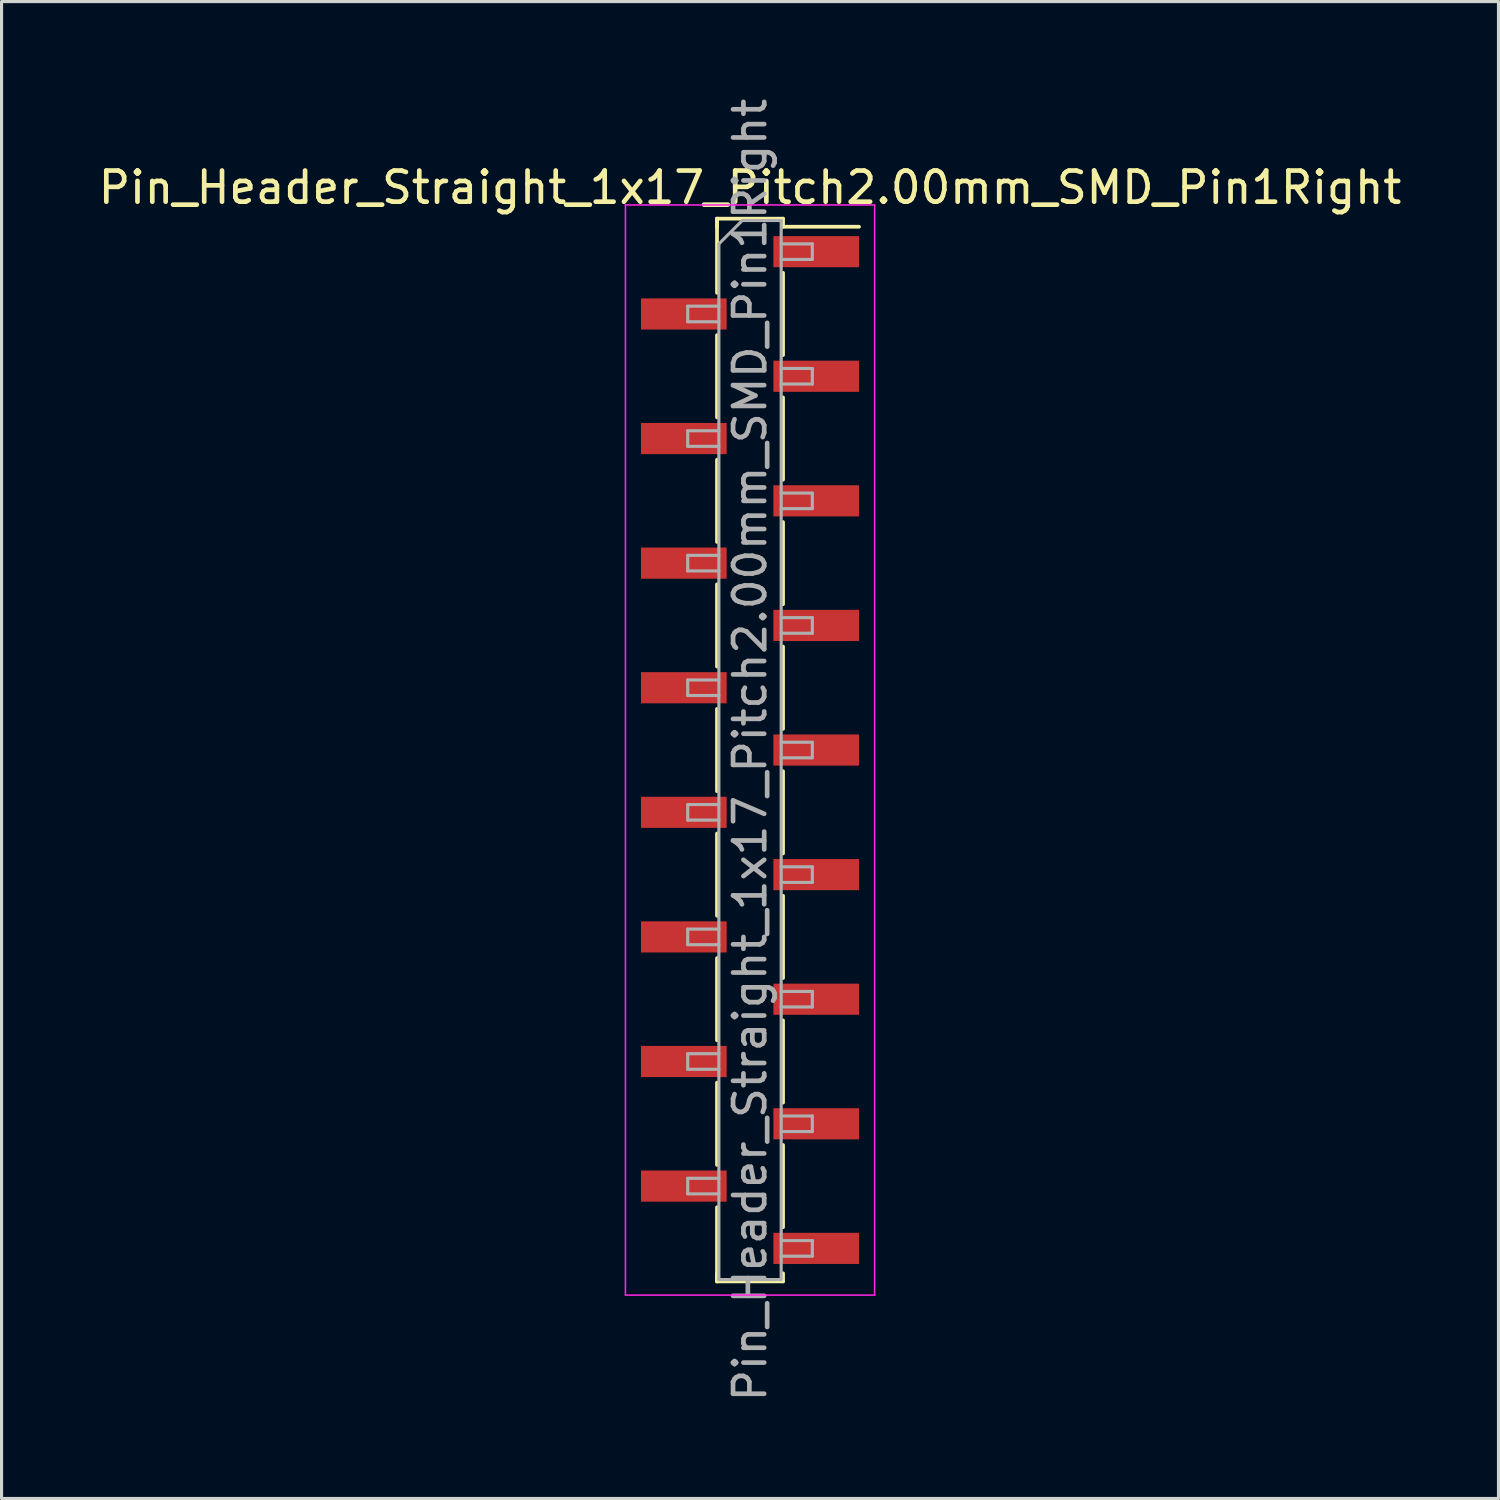
<source format=kicad_pcb>
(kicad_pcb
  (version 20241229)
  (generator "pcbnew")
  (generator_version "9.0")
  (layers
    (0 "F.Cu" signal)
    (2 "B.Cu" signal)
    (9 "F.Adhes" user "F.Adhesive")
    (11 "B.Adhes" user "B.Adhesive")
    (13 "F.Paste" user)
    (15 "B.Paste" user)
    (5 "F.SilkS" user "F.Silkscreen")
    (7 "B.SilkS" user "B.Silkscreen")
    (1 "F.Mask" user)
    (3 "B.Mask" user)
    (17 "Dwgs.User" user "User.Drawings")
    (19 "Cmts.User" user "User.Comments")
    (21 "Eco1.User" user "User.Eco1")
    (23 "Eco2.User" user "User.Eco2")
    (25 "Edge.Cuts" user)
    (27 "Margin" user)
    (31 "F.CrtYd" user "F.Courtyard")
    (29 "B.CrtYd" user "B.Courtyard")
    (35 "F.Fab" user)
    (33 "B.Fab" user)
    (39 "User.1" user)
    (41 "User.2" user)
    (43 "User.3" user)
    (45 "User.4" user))
  (footprint "Pin_Header_Straight_1x17_Pitch2.00mm_SMD_Pin1Right"
    (layer "F.Cu")
    (at 21.03 21.03)
    (property "Reference" "Pin_Header_Straight_1x17_Pitch2.00mm_SMD_Pin1Right" (at 0 -18.06 0) (layer "F.SilkS") (effects (font (size 1 1) (thickness 0.15))))
    (attr smd)
    (fp_line (start -1.06 -17.06) (end -1.06 -14.68) (stroke (width 0.12) (type solid)) (layer "F.SilkS"))
    (fp_line (start -1.06 -17.06) (end 1.06 -17.06) (stroke (width 0.12) (type solid)) (layer "F.SilkS"))
    (fp_line (start -1.06 -16.8) (end -1.06 -17.06) (stroke (width 0.12) (type solid)) (layer "F.SilkS"))
    (fp_line (start -1.06 -13.32) (end -1.06 -10.68) (stroke (width 0.12) (type solid)) (layer "F.SilkS"))
    (fp_line (start -1.06 -9.32) (end -1.06 -6.68) (stroke (width 0.12) (type solid)) (layer "F.SilkS"))
    (fp_line (start -1.06 -5.32) (end -1.06 -2.68) (stroke (width 0.12) (type solid)) (layer "F.SilkS"))
    (fp_line (start -1.06 -1.32) (end -1.06 1.32) (stroke (width 0.12) (type solid)) (layer "F.SilkS"))
    (fp_line (start -1.06 2.68) (end -1.06 5.32) (stroke (width 0.12) (type solid)) (layer "F.SilkS"))
    (fp_line (start -1.06 6.68) (end -1.06 9.32) (stroke (width 0.12) (type solid)) (layer "F.SilkS"))
    (fp_line (start -1.06 10.68) (end -1.06 13.32) (stroke (width 0.12) (type solid)) (layer "F.SilkS"))
    (fp_line (start -1.06 14.68) (end -1.06 17.06) (stroke (width 0.12) (type solid)) (layer "F.SilkS"))
    (fp_line (start -1.06 16.8) (end -1.06 17.06) (stroke (width 0.12) (type solid)) (layer "F.SilkS"))
    (fp_line (start -1.06 17.06) (end 1.06 17.06) (stroke (width 0.12) (type solid)) (layer "F.SilkS"))
    (fp_line (start 1.06 -17.06) (end 1.06 -16.8) (stroke (width 0.12) (type solid)) (layer "F.SilkS"))
    (fp_line (start 1.06 -16.8) (end 3.5 -16.8) (stroke (width 0.12) (type solid)) (layer "F.SilkS"))
    (fp_line (start 1.06 -15.32) (end 1.06 -12.68) (stroke (width 0.12) (type solid)) (layer "F.SilkS"))
    (fp_line (start 1.06 -11.32) (end 1.06 -8.68) (stroke (width 0.12) (type solid)) (layer "F.SilkS"))
    (fp_line (start 1.06 -7.32) (end 1.06 -4.68) (stroke (width 0.12) (type solid)) (layer "F.SilkS"))
    (fp_line (start 1.06 -3.32) (end 1.06 -0.68) (stroke (width 0.12) (type solid)) (layer "F.SilkS"))
    (fp_line (start 1.06 0.68) (end 1.06 3.32) (stroke (width 0.12) (type solid)) (layer "F.SilkS"))
    (fp_line (start 1.06 4.68) (end 1.06 7.32) (stroke (width 0.12) (type solid)) (layer "F.SilkS"))
    (fp_line (start 1.06 8.68) (end 1.06 11.32) (stroke (width 0.12) (type solid)) (layer "F.SilkS"))
    (fp_line (start 1.06 12.68) (end 1.06 15.32) (stroke (width 0.12) (type solid)) (layer "F.SilkS"))
    (fp_line (start 1.06 17.06) (end 1.06 16.8) (stroke (width 0.12) (type solid)) (layer "F.SilkS"))
    (fp_line (start -4 -17.5) (end -4 17.5) (stroke (width 0.05) (type solid)) (layer "F.CrtYd"))
    (fp_line (start -4 17.5) (end 4 17.5) (stroke (width 0.05) (type solid)) (layer "F.CrtYd"))
    (fp_line (start 4 -17.5) (end -4 -17.5) (stroke (width 0.05) (type solid)) (layer "F.CrtYd"))
    (fp_line (start 4 17.5) (end 4 -17.5) (stroke (width 0.05) (type solid)) (layer "F.CrtYd"))
    (fp_line (start -2 -14.25) (end -2 -13.75) (stroke (width 0.1) (type solid)) (layer "F.Fab"))
    (fp_line (start -2 -13.75) (end -1 -13.75) (stroke (width 0.1) (type solid)) (layer "F.Fab"))
    (fp_line (start -2 -10.25) (end -2 -9.75) (stroke (width 0.1) (type solid)) (layer "F.Fab"))
    (fp_line (start -2 -9.75) (end -1 -9.75) (stroke (width 0.1) (type solid)) (layer "F.Fab"))
    (fp_line (start -2 -6.25) (end -2 -5.75) (stroke (width 0.1) (type solid)) (layer "F.Fab"))
    (fp_line (start -2 -5.75) (end -1 -5.75) (stroke (width 0.1) (type solid)) (layer "F.Fab"))
    (fp_line (start -2 -2.25) (end -2 -1.75) (stroke (width 0.1) (type solid)) (layer "F.Fab"))
    (fp_line (start -2 -1.75) (end -1 -1.75) (stroke (width 0.1) (type solid)) (layer "F.Fab"))
    (fp_line (start -2 1.75) (end -2 2.25) (stroke (width 0.1) (type solid)) (layer "F.Fab"))
    (fp_line (start -2 2.25) (end -1 2.25) (stroke (width 0.1) (type solid)) (layer "F.Fab"))
    (fp_line (start -2 5.75) (end -2 6.25) (stroke (width 0.1) (type solid)) (layer "F.Fab"))
    (fp_line (start -2 6.25) (end -1 6.25) (stroke (width 0.1) (type solid)) (layer "F.Fab"))
    (fp_line (start -2 9.75) (end -2 10.25) (stroke (width 0.1) (type solid)) (layer "F.Fab"))
    (fp_line (start -2 10.25) (end -1 10.25) (stroke (width 0.1) (type solid)) (layer "F.Fab"))
    (fp_line (start -2 13.75) (end -2 14.25) (stroke (width 0.1) (type solid)) (layer "F.Fab"))
    (fp_line (start -2 14.25) (end -1 14.25) (stroke (width 0.1) (type solid)) (layer "F.Fab"))
    (fp_line (start -1 -16.25) (end -0.25 -17) (stroke (width 0.1) (type solid)) (layer "F.Fab"))
    (fp_line (start -1 -14.25) (end -2 -14.25) (stroke (width 0.1) (type solid)) (layer "F.Fab"))
    (fp_line (start -1 -10.25) (end -2 -10.25) (stroke (width 0.1) (type solid)) (layer "F.Fab"))
    (fp_line (start -1 -6.25) (end -2 -6.25) (stroke (width 0.1) (type solid)) (layer "F.Fab"))
    (fp_line (start -1 -2.25) (end -2 -2.25) (stroke (width 0.1) (type solid)) (layer "F.Fab"))
    (fp_line (start -1 1.75) (end -2 1.75) (stroke (width 0.1) (type solid)) (layer "F.Fab"))
    (fp_line (start -1 5.75) (end -2 5.75) (stroke (width 0.1) (type solid)) (layer "F.Fab"))
    (fp_line (start -1 9.75) (end -2 9.75) (stroke (width 0.1) (type solid)) (layer "F.Fab"))
    (fp_line (start -1 13.75) (end -2 13.75) (stroke (width 0.1) (type solid)) (layer "F.Fab"))
    (fp_line (start -1 17) (end -1 -16.25) (stroke (width 0.1) (type solid)) (layer "F.Fab"))
    (fp_line (start -0.25 -17) (end 1 -17) (stroke (width 0.1) (type solid)) (layer "F.Fab"))
    (fp_line (start 1 -17) (end 1 17) (stroke (width 0.1) (type solid)) (layer "F.Fab"))
    (fp_line (start 1 -16.25) (end 2 -16.25) (stroke (width 0.1) (type solid)) (layer "F.Fab"))
    (fp_line (start 1 -12.25) (end 2 -12.25) (stroke (width 0.1) (type solid)) (layer "F.Fab"))
    (fp_line (start 1 -8.25) (end 2 -8.25) (stroke (width 0.1) (type solid)) (layer "F.Fab"))
    (fp_line (start 1 -4.25) (end 2 -4.25) (stroke (width 0.1) (type solid)) (layer "F.Fab"))
    (fp_line (start 1 -0.25) (end 2 -0.25) (stroke (width 0.1) (type solid)) (layer "F.Fab"))
    (fp_line (start 1 3.75) (end 2 3.75) (stroke (width 0.1) (type solid)) (layer "F.Fab"))
    (fp_line (start 1 7.75) (end 2 7.75) (stroke (width 0.1) (type solid)) (layer "F.Fab"))
    (fp_line (start 1 11.75) (end 2 11.75) (stroke (width 0.1) (type solid)) (layer "F.Fab"))
    (fp_line (start 1 15.75) (end 2 15.75) (stroke (width 0.1) (type solid)) (layer "F.Fab"))
    (fp_line (start 1 17) (end -1 17) (stroke (width 0.1) (type solid)) (layer "F.Fab"))
    (fp_line (start 2 -16.25) (end 2 -15.75) (stroke (width 0.1) (type solid)) (layer "F.Fab"))
    (fp_line (start 2 -15.75) (end 1 -15.75) (stroke (width 0.1) (type solid)) (layer "F.Fab"))
    (fp_line (start 2 -12.25) (end 2 -11.75) (stroke (width 0.1) (type solid)) (layer "F.Fab"))
    (fp_line (start 2 -11.75) (end 1 -11.75) (stroke (width 0.1) (type solid)) (layer "F.Fab"))
    (fp_line (start 2 -8.25) (end 2 -7.75) (stroke (width 0.1) (type solid)) (layer "F.Fab"))
    (fp_line (start 2 -7.75) (end 1 -7.75) (stroke (width 0.1) (type solid)) (layer "F.Fab"))
    (fp_line (start 2 -4.25) (end 2 -3.75) (stroke (width 0.1) (type solid)) (layer "F.Fab"))
    (fp_line (start 2 -3.75) (end 1 -3.75) (stroke (width 0.1) (type solid)) (layer "F.Fab"))
    (fp_line (start 2 -0.25) (end 2 0.25) (stroke (width 0.1) (type solid)) (layer "F.Fab"))
    (fp_line (start 2 0.25) (end 1 0.25) (stroke (width 0.1) (type solid)) (layer "F.Fab"))
    (fp_line (start 2 3.75) (end 2 4.25) (stroke (width 0.1) (type solid)) (layer "F.Fab"))
    (fp_line (start 2 4.25) (end 1 4.25) (stroke (width 0.1) (type solid)) (layer "F.Fab"))
    (fp_line (start 2 7.75) (end 2 8.25) (stroke (width 0.1) (type solid)) (layer "F.Fab"))
    (fp_line (start 2 8.25) (end 1 8.25) (stroke (width 0.1) (type solid)) (layer "F.Fab"))
    (fp_line (start 2 11.75) (end 2 12.25) (stroke (width 0.1) (type solid)) (layer "F.Fab"))
    (fp_line (start 2 12.25) (end 1 12.25) (stroke (width 0.1) (type solid)) (layer "F.Fab"))
    (fp_line (start 2 15.75) (end 2 16.25) (stroke (width 0.1) (type solid)) (layer "F.Fab"))
    (fp_line (start 2 16.25) (end 1 16.25) (stroke (width 0.1) (type solid)) (layer "F.Fab"))
    (fp_text user "${REFERENCE}" (at 0 0 90) (layer "F.Fab") (effects (font (size 1 1) (thickness 0.15))))
    (pad "1" smd rect (at 2.125 -16) (size 2.75 1) (layers "F.Cu" "F.Mask" "F.Paste"))
    (pad "2" smd rect (at -2.125 -14) (size 2.75 1) (layers "F.Cu" "F.Mask" "F.Paste"))
    (pad "3" smd rect (at 2.125 -12) (size 2.75 1) (layers "F.Cu" "F.Mask" "F.Paste"))
    (pad "4" smd rect (at -2.125 -10) (size 2.75 1) (layers "F.Cu" "F.Mask" "F.Paste"))
    (pad "5" smd rect (at 2.125 -8) (size 2.75 1) (layers "F.Cu" "F.Mask" "F.Paste"))
    (pad "6" smd rect (at -2.125 -6) (size 2.75 1) (layers "F.Cu" "F.Mask" "F.Paste"))
    (pad "7" smd rect (at 2.125 -4) (size 2.75 1) (layers "F.Cu" "F.Mask" "F.Paste"))
    (pad "8" smd rect (at -2.125 -2) (size 2.75 1) (layers "F.Cu" "F.Mask" "F.Paste"))
    (pad "9" smd rect (at 2.125 0) (size 2.75 1) (layers "F.Cu" "F.Mask" "F.Paste"))
    (pad "10" smd rect (at -2.125 2) (size 2.75 1) (layers "F.Cu" "F.Mask" "F.Paste"))
    (pad "11" smd rect (at 2.125 4) (size 2.75 1) (layers "F.Cu" "F.Mask" "F.Paste"))
    (pad "12" smd rect (at -2.125 6) (size 2.75 1) (layers "F.Cu" "F.Mask" "F.Paste"))
    (pad "13" smd rect (at 2.125 8) (size 2.75 1) (layers "F.Cu" "F.Mask" "F.Paste"))
    (pad "14" smd rect (at -2.125 10) (size 2.75 1) (layers "F.Cu" "F.Mask" "F.Paste"))
    (pad "15" smd rect (at 2.125 12) (size 2.75 1) (layers "F.Cu" "F.Mask" "F.Paste"))
    (pad "16" smd rect (at -2.125 14) (size 2.75 1) (layers "F.Cu" "F.Mask" "F.Paste"))
    (pad "17" smd rect (at 2.125 16) (size 2.75 1) (layers "F.Cu" "F.Mask" "F.Paste")))
  (gr_rect
    (start -3 -3)
    (end 45.06 45.06)
    (stroke (width 0.1) (type default))
    (fill no)
    (layer "Edge.Cuts")))
</source>
